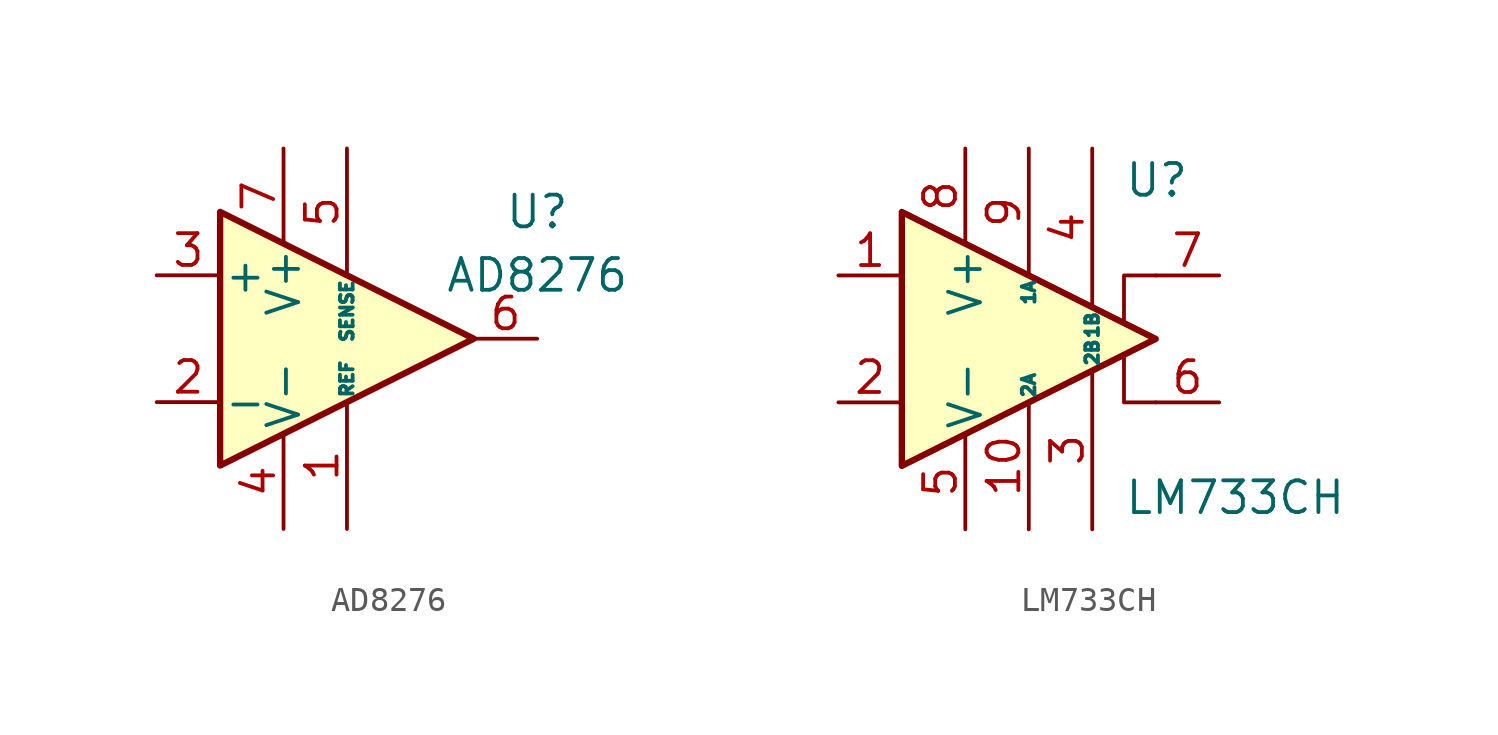
<source format=kicad_sym>
(kicad_symbol_lib
  (version 20211014)
  (generator kicad_symbol_editor)
  (symbol "AD8276"
    (pin_names
      (offset 0.127))
    (property "Reference" "U"
      (at 7.62 5.08 0)
      (effects (font (size 1.27 1.27))))
    (property "Value" "AD8276"
      (at 7.62 2.54 0)
      (effects (font (size 1.27 1.27))))
    (symbol "AD8276_0_1"
      (polyline (pts (xy -5.08 5.08) (xy 5.08 0) (xy -5.08 -5.08) (xy -5.08 5.08)) (stroke (width 0.254) (type default) (color 0 0 0 0)) (fill (type background))))
    (symbol "AD8276_1_1"
      (pin passive line (at 0 -7.62 90) (length 5.08) (name "REF" (effects (font (size 0.508 0.508)))) (number "1" (effects (font (size 1.27 1.27)))))
      (pin passive line (at -7.62 -2.54 0) (length 2.54) (name "-" (effects (font (size 1.27 1.27)))) (number "2" (effects (font (size 1.27 1.27)))))
      (pin passive line (at -7.62 2.54 0) (length 2.54) (name "+" (effects (font (size 1.27 1.27)))) (number "3" (effects (font (size 1.27 1.27)))))
      (pin power_in line (at -2.54 -7.62 90) (length 3.81) (name "V-" (effects (font (size 1.27 1.27)))) (number "4" (effects (font (size 1.27 1.27)))))
      (pin passive line (at 0 7.62 270) (length 5.08) (name "SENSE" (effects (font (size 0.508 0.508)))) (number "5" (effects (font (size 1.27 1.27)))))
      (pin output line (at 7.62 0 180) (length 2.54) (name "~" (effects (font (size 1.27 1.27)))) (number "6" (effects (font (size 1.27 1.27)))))
      (pin power_in line (at -2.54 7.62 270) (length 3.81) (name "V+" (effects (font (size 1.27 1.27)))) (number "7" (effects (font (size 1.27 1.27)))))
      (pin no_connect line (at -5.08 0 0) (length 2.54) hide (name "~" (effects (font (size 1.27 1.27)))) (number "8" (effects (font (size 1.27 1.27)))))))
  (symbol "LM733CH"
    (pin_names
      (offset 0.127))
    (property "Reference" "U"
      (at 3.81 6.35 0)
      (effects (font (size 1.27 1.27)) (justify left)))
    (property "Value" "LM733CH"
      (at 3.81 -6.35 0)
      (effects (font (size 1.27 1.27)) (justify left)))
    (symbol "LM733CH_0_1"
      (polyline (pts (xy 5.08 -2.54) (xy 3.81 -2.54) (xy 3.81 -0.635)) (stroke (width 0) (type default) (color 0 0 0 0)) (fill (type none)))
      (polyline (pts (xy 5.08 2.54) (xy 3.81 2.54) (xy 3.81 0.635)) (stroke (width 0) (type default) (color 0 0 0 0)) (fill (type none)))
      (polyline (pts (xy 5.08 0) (xy -5.08 5.08) (xy -5.08 -5.08) (xy 5.08 0)) (stroke (width 0.254) (type default) (color 0 0 0 0)) (fill (type background))))
    (symbol "LM733CH_1_1"
      (pin input line (at -7.62 2.54 0) (length 2.54) (name "~" (effects (font (size 1.27 1.27)))) (number "1" (effects (font (size 1.27 1.27)))))
      (pin passive line (at 0 -7.62 90) (length 5.08) (name "2A" (effects (font (size 0.508 0.508)))) (number "10" (effects (font (size 1.27 1.27)))))
      (pin input line (at -7.62 -2.54 0) (length 2.54) (name "~" (effects (font (size 1.27 1.27)))) (number "2" (effects (font (size 1.27 1.27)))))
      (pin passive line (at 2.54 -7.62 90) (length 6.35) (name "2B" (effects (font (size 0.508 0.508)))) (number "3" (effects (font (size 1.27 1.27)))))
      (pin passive line (at 2.54 7.62 270) (length 6.35) (name "1B" (effects (font (size 0.508 0.508)))) (number "4" (effects (font (size 1.27 1.27)))))
      (pin power_in line (at -2.54 -7.62 90) (length 3.81) (name "V-" (effects (font (size 1.27 1.27)))) (number "5" (effects (font (size 1.27 1.27)))))
      (pin output line (at 7.62 -2.54 180) (length 2.54) (name "~" (effects (font (size 1.27 1.27)))) (number "6" (effects (font (size 1.27 1.27)))))
      (pin output line (at 7.62 2.54 180) (length 2.54) (name "~" (effects (font (size 1.27 1.27)))) (number "7" (effects (font (size 1.27 1.27)))))
      (pin power_in line (at -2.54 7.62 270) (length 3.81) (name "V+" (effects (font (size 1.27 1.27)))) (number "8" (effects (font (size 1.27 1.27)))))
      (pin passive line (at 0 7.62 270) (length 5.08) (name "1A" (effects (font (size 0.508 0.508)))) (number "9" (effects (font (size 1.27 1.27))))))))
</source>
